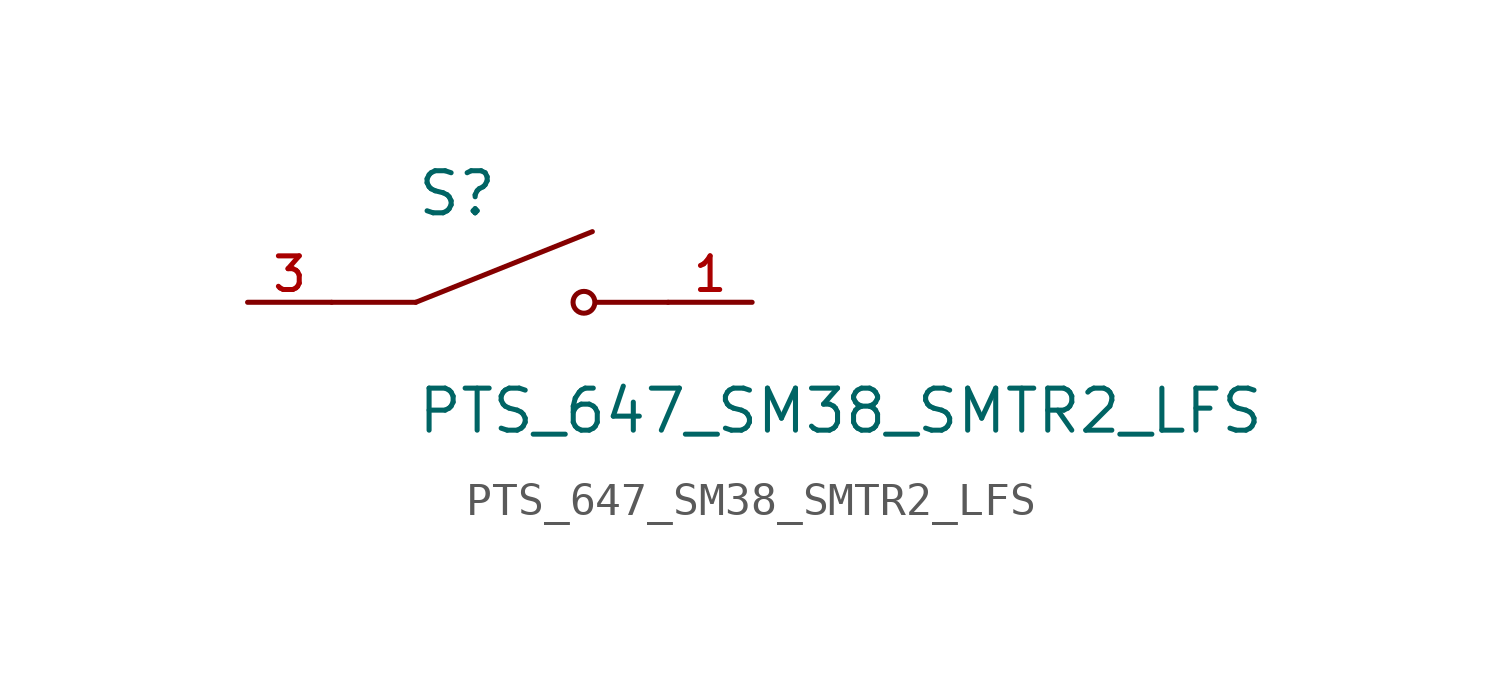
<source format=kicad_sym>
(kicad_symbol_lib
  (version 20211014)
  (generator kicad_symbol_editor)
  (symbol "PTS_647_SM38_SMTR2_LFS"
    (pin_names
      (offset 1.016))
    (property "Reference" "S"
      (at -2.54 2.54 0)
      (effects (font (size 1.27 1.27)) (justify bottom left)))
    (property "Value" "PTS_647_SM38_SMTR2_LFS"
      (at -2.54 -2.54 0)
      (effects (font (size 1.27 1.27)) (justify top left)))
    (symbol "PTS_647_SM38_SMTR2_LFS_0_0"
      (polyline (pts (xy -2.54 0.0) (xy 2.794 2.134)) (stroke (width 0.152)))
      (circle (center 2.54 0.0) (radius 0.33) (stroke (width 0.152)) (fill (type none)))
      (polyline (pts (xy 5.08 0.0) (xy 2.921 0.0)) (stroke (width 0.152)))
      (polyline (pts (xy -2.54 0.0) (xy -5.08 0.0)) (stroke (width 0.152)))
      (pin passive line (at -7.62 0.0 0) (length 2.54) (name "~" (effects (font (size 1.016 1.016)))) (number "3" (effects (font (size 1.016 1.016)))))
      (pin passive line (at 7.62 0.0 180.0) (length 2.54) (name "~" (effects (font (size 1.016 1.016)))) (number "1" (effects (font (size 1.016 1.016))))))))
</source>
